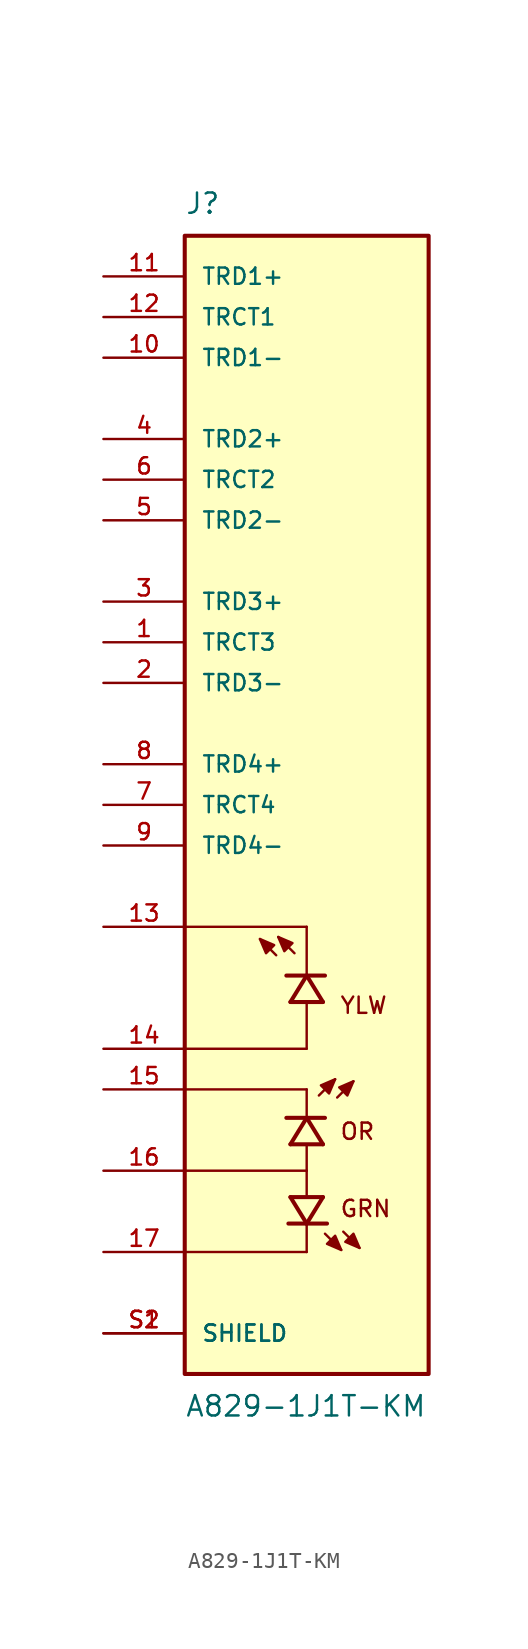
<source format=kicad_sym>
(kicad_symbol_lib
  (version 20211014)
  (generator kicad_symbol_editor)
  (symbol "A829-1J1T-KM"
    (pin_names
      (offset 1.016))
    (property "Reference" "J"
      (at -7.62 36.83 0)
      (effects (font (size 1.27 1.27)) (justify bottom left)))
    (property "Value" "A829-1J1T-KM"
      (at -7.62 -36.83 0)
      (effects (font (size 1.27 1.27)) (justify top left)))
    (symbol "A829-1J1T-KM_0_0"
      (polyline (pts (xy -0.762 -9.271) (xy -1.778 -8.255)) (stroke (width 0.152)))
      (polyline (pts (xy -1.905 -9.398) (xy -2.921 -8.382)) (stroke (width 0.152)))
      (polyline (pts (xy -1.778 -8.255) (xy -0.889 -8.636) (xy -1.397 -9.144) (xy -1.778 -8.255)) (stroke (width 0.152)) (fill (type outline)))
      (polyline (pts (xy -2.921 -8.382) (xy -2.032 -8.763) (xy -2.54 -9.271) (xy -2.921 -8.382)) (stroke (width 0.152)) (fill (type outline)))
      (polyline (pts (xy 1.016 -12.319) (xy 0.0 -10.668)) (stroke (width 0.254)))
      (polyline (pts (xy 0.0 -10.668) (xy -1.016 -12.319)) (stroke (width 0.254)))
      (polyline (pts (xy 1.143 -10.668) (xy 0.0 -10.668)) (stroke (width 0.254)))
      (polyline (pts (xy 0.0 -10.668) (xy -1.27 -10.668)) (stroke (width 0.254)))
      (polyline (pts (xy 1.016 -12.319) (xy -1.016 -12.319)) (stroke (width 0.254)))
      (polyline (pts (xy 0.0 -15.24) (xy 0.0 -12.446)) (stroke (width 0.152)))
      (polyline (pts (xy 0.0 -10.541) (xy 0.0 -7.62)) (stroke (width 0.152)))
      (polyline (pts (xy 0.0 -7.62) (xy -7.62 -7.62)) (stroke (width 0.152)))
      (polyline (pts (xy 0.0 -15.24) (xy -7.62 -15.24)) (stroke (width 0.152)))
      (polyline (pts (xy -1.016 -24.511) (xy 0.0 -26.162)) (stroke (width 0.254)))
      (polyline (pts (xy 0.0 -26.162) (xy 1.016 -24.511)) (stroke (width 0.254)))
      (polyline (pts (xy -1.143 -26.162) (xy 0.0 -26.162)) (stroke (width 0.254)))
      (polyline (pts (xy 0.0 -26.162) (xy 1.27 -26.162)) (stroke (width 0.254)))
      (polyline (pts (xy -1.016 -24.511) (xy 1.016 -24.511)) (stroke (width 0.254)))
      (polyline (pts (xy 0.0 -21.336) (xy 0.0 -22.86)) (stroke (width 0.152)))
      (polyline (pts (xy 0.0 -22.86) (xy 0.0 -24.384)) (stroke (width 0.152)))
      (polyline (pts (xy 1.143 -26.797) (xy 2.159 -27.813)) (stroke (width 0.152)))
      (polyline (pts (xy 2.286 -26.67) (xy 3.302 -27.686)) (stroke (width 0.152)))
      (polyline (pts (xy 2.159 -27.813) (xy 1.27 -27.432) (xy 1.778 -26.924) (xy 2.159 -27.813)) (stroke (width 0.152)) (fill (type outline)))
      (polyline (pts (xy 3.302 -27.686) (xy 2.413 -27.305) (xy 2.921 -26.797) (xy 3.302 -27.686)) (stroke (width 0.152)) (fill (type outline)))
      (text "GRN" (at 2.032 -24.638 0) (effects (font (size 1.016 1.016)) (justify top left)))
      (polyline (pts (xy 0.0 -27.94) (xy -7.62 -27.94)) (stroke (width 0.152)))
      (polyline (pts (xy 0.762 -18.161) (xy 1.778 -17.145)) (stroke (width 0.152)))
      (polyline (pts (xy 1.905 -18.288) (xy 2.921 -17.272)) (stroke (width 0.152)))
      (polyline (pts (xy 1.778 -17.145) (xy 0.889 -17.526) (xy 1.397 -18.034) (xy 1.778 -17.145)) (stroke (width 0.152)) (fill (type outline)))
      (polyline (pts (xy 2.921 -17.272) (xy 2.032 -17.653) (xy 2.54 -18.161) (xy 2.921 -17.272)) (stroke (width 0.152)) (fill (type outline)))
      (polyline (pts (xy 1.016 -21.209) (xy 0.0 -19.558)) (stroke (width 0.254)))
      (polyline (pts (xy 0.0 -19.558) (xy -1.016 -21.209)) (stroke (width 0.254)))
      (polyline (pts (xy 1.143 -19.558) (xy 0.0 -19.558)) (stroke (width 0.254)))
      (polyline (pts (xy 0.0 -19.558) (xy -1.27 -19.558)) (stroke (width 0.254)))
      (polyline (pts (xy 1.016 -21.209) (xy -1.016 -21.209)) (stroke (width 0.254)))
      (polyline (pts (xy 0.0 -19.431) (xy 0.0 -17.78)) (stroke (width 0.152)))
      (text "OR" (at 2.032 -19.812 0) (effects (font (size 1.016 1.016)) (justify top left)))
      (polyline (pts (xy 0.0 -17.78) (xy -7.62 -17.78)) (stroke (width 0.152)))
      (polyline (pts (xy -7.62 -22.86) (xy 0.0 -22.86)) (stroke (width 0.152)))
      (polyline (pts (xy 0.0 -27.94) (xy 0.0 -26.162)) (stroke (width 0.152)))
      (text "YLW" (at 2.032 -11.938 0) (effects (font (size 1.016 1.016)) (justify top left)))
      (rectangle (start -7.62 -35.56) (end 7.62 35.56) (stroke (width 0.254)) (fill (type background)))
      (pin passive line (at -12.7 -33.02 0) (length 5.08) (name "SHIELD" (effects (font (size 1.016 1.016)))) (number "S1" (effects (font (size 1.016 1.016)))))
      (pin passive line (at -12.7 -33.02 0) (length 5.08) (name "SHIELD" (effects (font (size 1.016 1.016)))) (number "S2" (effects (font (size 1.016 1.016)))))
      (pin passive line (at -12.7 -15.24 0) (length 5.08) (name "~" (effects (font (size 1.016 1.016)))) (number "14" (effects (font (size 1.016 1.016)))))
      (pin passive line (at -12.7 -7.62 0) (length 5.08) (name "~" (effects (font (size 1.016 1.016)))) (number "13" (effects (font (size 1.016 1.016)))))
      (pin passive line (at -12.7 -27.94 0) (length 5.08) (name "~" (effects (font (size 1.016 1.016)))) (number "17" (effects (font (size 1.016 1.016)))))
      (pin passive line (at -12.7 -22.86 0) (length 5.08) (name "~" (effects (font (size 1.016 1.016)))) (number "16" (effects (font (size 1.016 1.016)))))
      (pin passive line (at -12.7 33.02 0) (length 5.08) (name "TRD1+" (effects (font (size 1.016 1.016)))) (number "11" (effects (font (size 1.016 1.016)))))
      (pin passive line (at -12.7 30.48 0) (length 5.08) (name "TRCT1" (effects (font (size 1.016 1.016)))) (number "12" (effects (font (size 1.016 1.016)))))
      (pin passive line (at -12.7 27.94 0) (length 5.08) (name "TRD1-" (effects (font (size 1.016 1.016)))) (number "10" (effects (font (size 1.016 1.016)))))
      (pin passive line (at -12.7 22.86 0) (length 5.08) (name "TRD2+" (effects (font (size 1.016 1.016)))) (number "4" (effects (font (size 1.016 1.016)))))
      (pin passive line (at -12.7 20.32 0) (length 5.08) (name "TRCT2" (effects (font (size 1.016 1.016)))) (number "6" (effects (font (size 1.016 1.016)))))
      (pin passive line (at -12.7 17.78 0) (length 5.08) (name "TRD2-" (effects (font (size 1.016 1.016)))) (number "5" (effects (font (size 1.016 1.016)))))
      (pin passive line (at -12.7 12.7 0) (length 5.08) (name "TRD3+" (effects (font (size 1.016 1.016)))) (number "3" (effects (font (size 1.016 1.016)))))
      (pin passive line (at -12.7 10.16 0) (length 5.08) (name "TRCT3" (effects (font (size 1.016 1.016)))) (number "1" (effects (font (size 1.016 1.016)))))
      (pin passive line (at -12.7 7.62 0) (length 5.08) (name "TRD3-" (effects (font (size 1.016 1.016)))) (number "2" (effects (font (size 1.016 1.016)))))
      (pin passive line (at -12.7 2.54 0) (length 5.08) (name "TRD4+" (effects (font (size 1.016 1.016)))) (number "8" (effects (font (size 1.016 1.016)))))
      (pin passive line (at -12.7 0.0 0) (length 5.08) (name "TRCT4" (effects (font (size 1.016 1.016)))) (number "7" (effects (font (size 1.016 1.016)))))
      (pin passive line (at -12.7 -2.54 0) (length 5.08) (name "TRD4-" (effects (font (size 1.016 1.016)))) (number "9" (effects (font (size 1.016 1.016)))))
      (pin passive line (at -12.7 -17.78 0) (length 5.08) (name "~" (effects (font (size 1.016 1.016)))) (number "15" (effects (font (size 1.016 1.016))))))))
</source>
